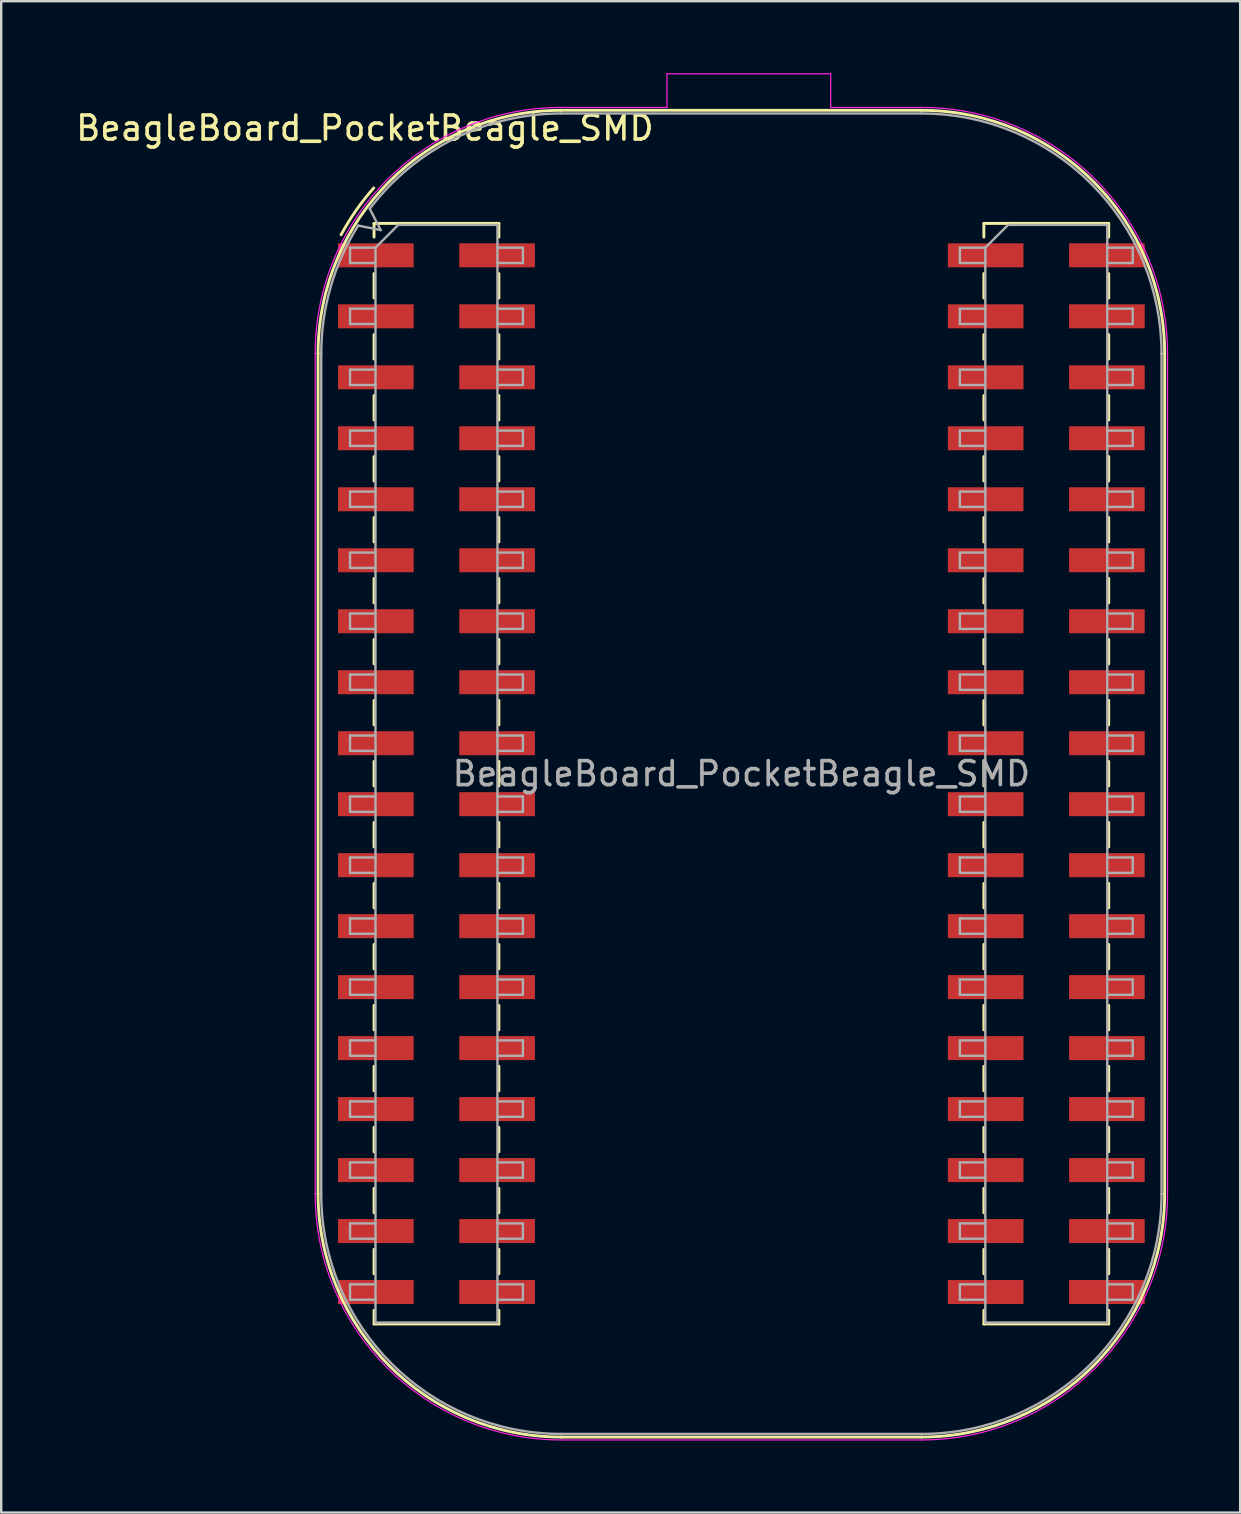
<source format=kicad_pcb>
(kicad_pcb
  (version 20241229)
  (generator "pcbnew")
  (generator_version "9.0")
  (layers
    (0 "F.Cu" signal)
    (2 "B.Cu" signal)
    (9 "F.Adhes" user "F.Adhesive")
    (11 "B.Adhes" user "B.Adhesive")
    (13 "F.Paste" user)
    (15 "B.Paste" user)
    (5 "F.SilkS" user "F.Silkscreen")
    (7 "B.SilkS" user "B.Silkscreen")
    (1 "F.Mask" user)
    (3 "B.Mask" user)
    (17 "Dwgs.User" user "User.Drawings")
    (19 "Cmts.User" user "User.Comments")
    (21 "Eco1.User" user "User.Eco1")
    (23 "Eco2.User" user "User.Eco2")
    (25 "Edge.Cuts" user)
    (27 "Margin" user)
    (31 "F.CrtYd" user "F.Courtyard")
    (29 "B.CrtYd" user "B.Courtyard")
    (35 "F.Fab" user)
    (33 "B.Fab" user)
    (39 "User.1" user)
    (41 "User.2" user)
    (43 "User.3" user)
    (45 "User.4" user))
  (footprint "BeagleBoard_PocketBeagle_SMD"
    (layer "F.Cu")
    (at 13.859 7.585)
    (property "Reference" "BeagleBoard_PocketBeagle_SMD" (at -1.71 -5.3 180) (layer "F.SilkS") (effects (font (size 1 1) (thickness 0.15))))
    (attr through_hole)
    (fp_line (start -3.66 39.09) (end -3.66 4.09) (stroke (width 0.12) (type solid)) (layer "F.SilkS"))
    (fp_line (start -1.33 -1.33) (end -1.33 -0.76) (stroke (width 0.12) (type solid)) (layer "F.SilkS"))
    (fp_line (start -1.33 -1.33) (end 3.87 -1.33) (stroke (width 0.12) (type solid)) (layer "F.SilkS"))
    (fp_line (start -1.33 0.76) (end -1.33 1.78) (stroke (width 0.12) (type solid)) (layer "F.SilkS"))
    (fp_line (start -1.33 3.3) (end -1.33 4.32) (stroke (width 0.12) (type solid)) (layer "F.SilkS"))
    (fp_line (start -1.33 5.84) (end -1.33 6.86) (stroke (width 0.12) (type solid)) (layer "F.SilkS"))
    (fp_line (start -1.33 8.38) (end -1.33 9.4) (stroke (width 0.12) (type solid)) (layer "F.SilkS"))
    (fp_line (start -1.33 10.92) (end -1.33 11.94) (stroke (width 0.12) (type solid)) (layer "F.SilkS"))
    (fp_line (start -1.33 13.46) (end -1.33 14.48) (stroke (width 0.12) (type solid)) (layer "F.SilkS"))
    (fp_line (start -1.33 16) (end -1.33 17.02) (stroke (width 0.12) (type solid)) (layer "F.SilkS"))
    (fp_line (start -1.33 18.54) (end -1.33 19.56) (stroke (width 0.12) (type solid)) (layer "F.SilkS"))
    (fp_line (start -1.33 21.08) (end -1.33 22.1) (stroke (width 0.12) (type solid)) (layer "F.SilkS"))
    (fp_line (start -1.33 23.62) (end -1.33 24.64) (stroke (width 0.12) (type solid)) (layer "F.SilkS"))
    (fp_line (start -1.33 26.16) (end -1.33 27.18) (stroke (width 0.12) (type solid)) (layer "F.SilkS"))
    (fp_line (start -1.33 28.7) (end -1.33 29.72) (stroke (width 0.12) (type solid)) (layer "F.SilkS"))
    (fp_line (start -1.33 31.24) (end -1.33 32.26) (stroke (width 0.12) (type solid)) (layer "F.SilkS"))
    (fp_line (start -1.33 33.78) (end -1.33 34.8) (stroke (width 0.12) (type solid)) (layer "F.SilkS"))
    (fp_line (start -1.33 36.32) (end -1.33 37.34) (stroke (width 0.12) (type solid)) (layer "F.SilkS"))
    (fp_line (start -1.33 38.86) (end -1.33 39.88) (stroke (width 0.12) (type solid)) (layer "F.SilkS"))
    (fp_line (start -1.33 41.4) (end -1.33 42.42) (stroke (width 0.12) (type solid)) (layer "F.SilkS"))
    (fp_line (start -1.33 43.94) (end -1.33 44.51) (stroke (width 0.12) (type solid)) (layer "F.SilkS"))
    (fp_line (start -1.33 44.51) (end 3.87 44.51) (stroke (width 0.12) (type solid)) (layer "F.SilkS"))
    (fp_line (start 3.87 -1.33) (end 3.87 -0.76) (stroke (width 0.12) (type solid)) (layer "F.SilkS"))
    (fp_line (start 3.87 0.76) (end 3.87 1.78) (stroke (width 0.12) (type solid)) (layer "F.SilkS"))
    (fp_line (start 3.87 3.3) (end 3.87 4.32) (stroke (width 0.12) (type solid)) (layer "F.SilkS"))
    (fp_line (start 3.87 5.84) (end 3.87 6.86) (stroke (width 0.12) (type solid)) (layer "F.SilkS"))
    (fp_line (start 3.87 8.38) (end 3.87 9.4) (stroke (width 0.12) (type solid)) (layer "F.SilkS"))
    (fp_line (start 3.87 10.92) (end 3.87 11.94) (stroke (width 0.12) (type solid)) (layer "F.SilkS"))
    (fp_line (start 3.87 13.46) (end 3.87 14.48) (stroke (width 0.12) (type solid)) (layer "F.SilkS"))
    (fp_line (start 3.87 16) (end 3.87 17.02) (stroke (width 0.12) (type solid)) (layer "F.SilkS"))
    (fp_line (start 3.87 18.54) (end 3.87 19.56) (stroke (width 0.12) (type solid)) (layer "F.SilkS"))
    (fp_line (start 3.87 21.08) (end 3.87 22.1) (stroke (width 0.12) (type solid)) (layer "F.SilkS"))
    (fp_line (start 3.87 23.62) (end 3.87 24.64) (stroke (width 0.12) (type solid)) (layer "F.SilkS"))
    (fp_line (start 3.87 26.16) (end 3.87 27.18) (stroke (width 0.12) (type solid)) (layer "F.SilkS"))
    (fp_line (start 3.87 28.7) (end 3.87 29.72) (stroke (width 0.12) (type solid)) (layer "F.SilkS"))
    (fp_line (start 3.87 31.24) (end 3.87 32.26) (stroke (width 0.12) (type solid)) (layer "F.SilkS"))
    (fp_line (start 3.87 33.78) (end 3.87 34.8) (stroke (width 0.12) (type solid)) (layer "F.SilkS"))
    (fp_line (start 3.87 36.32) (end 3.87 37.34) (stroke (width 0.12) (type solid)) (layer "F.SilkS"))
    (fp_line (start 3.87 38.86) (end 3.87 39.88) (stroke (width 0.12) (type solid)) (layer "F.SilkS"))
    (fp_line (start 3.87 41.4) (end 3.87 42.42) (stroke (width 0.12) (type solid)) (layer "F.SilkS"))
    (fp_line (start 3.87 43.94) (end 3.87 44.51) (stroke (width 0.12) (type solid)) (layer "F.SilkS"))
    (fp_line (start 6.47 -6.04) (end 21.47 -6.04) (stroke (width 0.12) (type solid)) (layer "F.SilkS"))
    (fp_line (start 6.47 49.22) (end 21.47 49.22) (stroke (width 0.12) (type solid)) (layer "F.SilkS"))
    (fp_line (start 24.07 -1.33) (end 24.07 -0.76) (stroke (width 0.12) (type solid)) (layer "F.SilkS"))
    (fp_line (start 24.07 -1.33) (end 29.27 -1.33) (stroke (width 0.12) (type solid)) (layer "F.SilkS"))
    (fp_line (start 24.07 0.76) (end 24.07 1.78) (stroke (width 0.12) (type solid)) (layer "F.SilkS"))
    (fp_line (start 24.07 3.3) (end 24.07 4.32) (stroke (width 0.12) (type solid)) (layer "F.SilkS"))
    (fp_line (start 24.07 5.84) (end 24.07 6.86) (stroke (width 0.12) (type solid)) (layer "F.SilkS"))
    (fp_line (start 24.07 8.38) (end 24.07 9.4) (stroke (width 0.12) (type solid)) (layer "F.SilkS"))
    (fp_line (start 24.07 10.92) (end 24.07 11.94) (stroke (width 0.12) (type solid)) (layer "F.SilkS"))
    (fp_line (start 24.07 13.46) (end 24.07 14.48) (stroke (width 0.12) (type solid)) (layer "F.SilkS"))
    (fp_line (start 24.07 16) (end 24.07 17.02) (stroke (width 0.12) (type solid)) (layer "F.SilkS"))
    (fp_line (start 24.07 18.54) (end 24.07 19.56) (stroke (width 0.12) (type solid)) (layer "F.SilkS"))
    (fp_line (start 24.07 21.08) (end 24.07 22.1) (stroke (width 0.12) (type solid)) (layer "F.SilkS"))
    (fp_line (start 24.07 23.62) (end 24.07 24.64) (stroke (width 0.12) (type solid)) (layer "F.SilkS"))
    (fp_line (start 24.07 26.16) (end 24.07 27.18) (stroke (width 0.12) (type solid)) (layer "F.SilkS"))
    (fp_line (start 24.07 28.7) (end 24.07 29.72) (stroke (width 0.12) (type solid)) (layer "F.SilkS"))
    (fp_line (start 24.07 31.24) (end 24.07 32.26) (stroke (width 0.12) (type solid)) (layer "F.SilkS"))
    (fp_line (start 24.07 33.78) (end 24.07 34.8) (stroke (width 0.12) (type solid)) (layer "F.SilkS"))
    (fp_line (start 24.07 36.32) (end 24.07 37.34) (stroke (width 0.12) (type solid)) (layer "F.SilkS"))
    (fp_line (start 24.07 38.86) (end 24.07 39.88) (stroke (width 0.12) (type solid)) (layer "F.SilkS"))
    (fp_line (start 24.07 41.4) (end 24.07 42.42) (stroke (width 0.12) (type solid)) (layer "F.SilkS"))
    (fp_line (start 24.07 43.94) (end 24.07 44.51) (stroke (width 0.12) (type solid)) (layer "F.SilkS"))
    (fp_line (start 24.07 44.51) (end 29.27 44.51) (stroke (width 0.12) (type solid)) (layer "F.SilkS"))
    (fp_line (start 29.27 -1.33) (end 29.27 -0.76) (stroke (width 0.12) (type solid)) (layer "F.SilkS"))
    (fp_line (start 29.27 0.76) (end 29.27 1.78) (stroke (width 0.12) (type solid)) (layer "F.SilkS"))
    (fp_line (start 29.27 3.3) (end 29.27 4.32) (stroke (width 0.12) (type solid)) (layer "F.SilkS"))
    (fp_line (start 29.27 5.84) (end 29.27 6.86) (stroke (width 0.12) (type solid)) (layer "F.SilkS"))
    (fp_line (start 29.27 8.38) (end 29.27 9.4) (stroke (width 0.12) (type solid)) (layer "F.SilkS"))
    (fp_line (start 29.27 10.92) (end 29.27 11.94) (stroke (width 0.12) (type solid)) (layer "F.SilkS"))
    (fp_line (start 29.27 13.46) (end 29.27 14.48) (stroke (width 0.12) (type solid)) (layer "F.SilkS"))
    (fp_line (start 29.27 16) (end 29.27 17.02) (stroke (width 0.12) (type solid)) (layer "F.SilkS"))
    (fp_line (start 29.27 18.54) (end 29.27 19.56) (stroke (width 0.12) (type solid)) (layer "F.SilkS"))
    (fp_line (start 29.27 21.08) (end 29.27 22.1) (stroke (width 0.12) (type solid)) (layer "F.SilkS"))
    (fp_line (start 29.27 23.62) (end 29.27 24.64) (stroke (width 0.12) (type solid)) (layer "F.SilkS"))
    (fp_line (start 29.27 26.16) (end 29.27 27.18) (stroke (width 0.12) (type solid)) (layer "F.SilkS"))
    (fp_line (start 29.27 28.7) (end 29.27 29.72) (stroke (width 0.12) (type solid)) (layer "F.SilkS"))
    (fp_line (start 29.27 31.24) (end 29.27 32.26) (stroke (width 0.12) (type solid)) (layer "F.SilkS"))
    (fp_line (start 29.27 33.78) (end 29.27 34.8) (stroke (width 0.12) (type solid)) (layer "F.SilkS"))
    (fp_line (start 29.27 36.32) (end 29.27 37.34) (stroke (width 0.12) (type solid)) (layer "F.SilkS"))
    (fp_line (start 29.27 38.86) (end 29.27 39.88) (stroke (width 0.12) (type solid)) (layer "F.SilkS"))
    (fp_line (start 29.27 41.4) (end 29.27 42.42) (stroke (width 0.12) (type solid)) (layer "F.SilkS"))
    (fp_line (start 29.27 43.94) (end 29.27 44.51) (stroke (width 0.12) (type solid)) (layer "F.SilkS"))
    (fp_line (start 31.6 4.09) (end 31.6 39.09) (stroke (width 0.12) (type solid)) (layer "F.SilkS"))
    (fp_arc (start -3.66 4.09) (mid -0.692992 -3.072992) (end 6.47 -6.04) (stroke (width 0.12) (type solid)) (layer "F.SilkS"))
    (fp_arc (start -2.702916 -0.856081) (mid -2.077474 -1.872113) (end -1.34 -2.81) (stroke (width 0.12) (type solid)) (layer "F.SilkS"))
    (fp_arc (start 6.47 49.22) (mid -0.692992 46.252992) (end -3.66 39.09) (stroke (width 0.12) (type solid)) (layer "F.SilkS"))
    (fp_arc (start 21.47 -6.04) (mid 28.632992 -3.072992) (end 31.6 4.09) (stroke (width 0.12) (type solid)) (layer "F.SilkS"))
    (fp_arc (start 31.6 39.09) (mid 28.632992 46.252992) (end 21.47 49.22) (stroke (width 0.12) (type solid)) (layer "F.SilkS"))
    (fp_line (start -3.78 4.09) (end -3.78 39.09) (stroke (width 0.05) (type solid)) (layer "F.CrtYd"))
    (fp_line (start 6.47 49.34) (end 21.47 49.34) (stroke (width 0.05) (type solid)) (layer "F.CrtYd"))
    (fp_line (start 10.87 -7.56) (end 17.69 -7.56) (stroke (width 0.05) (type solid)) (layer "F.CrtYd"))
    (fp_line (start 10.87 -6.16) (end 6.47 -6.16) (stroke (width 0.05) (type solid)) (layer "F.CrtYd"))
    (fp_line (start 10.87 -6.16) (end 10.87 -7.56) (stroke (width 0.05) (type solid)) (layer "F.CrtYd"))
    (fp_line (start 17.69 -6.16) (end 17.69 -7.56) (stroke (width 0.05) (type solid)) (layer "F.CrtYd"))
    (fp_line (start 21.47 -6.16) (end 17.69 -6.16) (stroke (width 0.05) (type solid)) (layer "F.CrtYd"))
    (fp_line (start 31.72 4.09) (end 31.72 39.09) (stroke (width 0.05) (type solid)) (layer "F.CrtYd"))
    (fp_arc (start -3.78 4.09) (mid -0.777845 -3.157845) (end 6.47 -6.16) (stroke (width 0.05) (type solid)) (layer "F.CrtYd"))
    (fp_arc (start 6.47 49.34) (mid -0.777845 46.337845) (end -3.78 39.09) (stroke (width 0.05) (type solid)) (layer "F.CrtYd"))
    (fp_arc (start 21.47 -6.16) (mid 28.717845 -3.157845) (end 31.72 4.09) (stroke (width 0.05) (type solid)) (layer "F.CrtYd"))
    (fp_arc (start 31.72 39.09) (mid 28.717845 46.337845) (end 21.47 49.34) (stroke (width 0.05) (type solid)) (layer "F.CrtYd"))
    (fp_line (start -3.53 4.09) (end -3.53 39.09) (stroke (width 0.1) (type solid)) (layer "F.Fab"))
    (fp_line (start -2.33 -0.32) (end -2.33 0.32) (stroke (width 0.1) (type solid)) (layer "F.Fab"))
    (fp_line (start -2.33 0.32) (end -1.27 0.32) (stroke (width 0.1) (type solid)) (layer "F.Fab"))
    (fp_line (start -2.33 2.22) (end -2.33 2.86) (stroke (width 0.1) (type solid)) (layer "F.Fab"))
    (fp_line (start -2.33 2.86) (end -1.27 2.86) (stroke (width 0.1) (type solid)) (layer "F.Fab"))
    (fp_line (start -2.33 4.76) (end -2.33 5.4) (stroke (width 0.1) (type solid)) (layer "F.Fab"))
    (fp_line (start -2.33 5.4) (end -1.27 5.4) (stroke (width 0.1) (type solid)) (layer "F.Fab"))
    (fp_line (start -2.33 7.3) (end -2.33 7.94) (stroke (width 0.1) (type solid)) (layer "F.Fab"))
    (fp_line (start -2.33 7.94) (end -1.27 7.94) (stroke (width 0.1) (type solid)) (layer "F.Fab"))
    (fp_line (start -2.33 9.84) (end -2.33 10.48) (stroke (width 0.1) (type solid)) (layer "F.Fab"))
    (fp_line (start -2.33 10.48) (end -1.27 10.48) (stroke (width 0.1) (type solid)) (layer "F.Fab"))
    (fp_line (start -2.33 12.38) (end -2.33 13.02) (stroke (width 0.1) (type solid)) (layer "F.Fab"))
    (fp_line (start -2.33 13.02) (end -1.27 13.02) (stroke (width 0.1) (type solid)) (layer "F.Fab"))
    (fp_line (start -2.33 14.92) (end -2.33 15.56) (stroke (width 0.1) (type solid)) (layer "F.Fab"))
    (fp_line (start -2.33 15.56) (end -1.27 15.56) (stroke (width 0.1) (type solid)) (layer "F.Fab"))
    (fp_line (start -2.33 17.46) (end -2.33 18.1) (stroke (width 0.1) (type solid)) (layer "F.Fab"))
    (fp_line (start -2.33 18.1) (end -1.27 18.1) (stroke (width 0.1) (type solid)) (layer "F.Fab"))
    (fp_line (start -2.33 20) (end -2.33 20.64) (stroke (width 0.1) (type solid)) (layer "F.Fab"))
    (fp_line (start -2.33 20.64) (end -1.27 20.64) (stroke (width 0.1) (type solid)) (layer "F.Fab"))
    (fp_line (start -2.33 22.54) (end -2.33 23.18) (stroke (width 0.1) (type solid)) (layer "F.Fab"))
    (fp_line (start -2.33 23.18) (end -1.27 23.18) (stroke (width 0.1) (type solid)) (layer "F.Fab"))
    (fp_line (start -2.33 25.08) (end -2.33 25.72) (stroke (width 0.1) (type solid)) (layer "F.Fab"))
    (fp_line (start -2.33 25.72) (end -1.27 25.72) (stroke (width 0.1) (type solid)) (layer "F.Fab"))
    (fp_line (start -2.33 27.62) (end -2.33 28.26) (stroke (width 0.1) (type solid)) (layer "F.Fab"))
    (fp_line (start -2.33 28.26) (end -1.27 28.26) (stroke (width 0.1) (type solid)) (layer "F.Fab"))
    (fp_line (start -2.33 30.16) (end -2.33 30.8) (stroke (width 0.1) (type solid)) (layer "F.Fab"))
    (fp_line (start -2.33 30.8) (end -1.27 30.8) (stroke (width 0.1) (type solid)) (layer "F.Fab"))
    (fp_line (start -2.33 32.7) (end -2.33 33.34) (stroke (width 0.1) (type solid)) (layer "F.Fab"))
    (fp_line (start -2.33 33.34) (end -1.27 33.34) (stroke (width 0.1) (type solid)) (layer "F.Fab"))
    (fp_line (start -2.33 35.24) (end -2.33 35.88) (stroke (width 0.1) (type solid)) (layer "F.Fab"))
    (fp_line (start -2.33 35.88) (end -1.27 35.88) (stroke (width 0.1) (type solid)) (layer "F.Fab"))
    (fp_line (start -2.33 37.78) (end -2.33 38.42) (stroke (width 0.1) (type solid)) (layer "F.Fab"))
    (fp_line (start -2.33 38.42) (end -1.27 38.42) (stroke (width 0.1) (type solid)) (layer "F.Fab"))
    (fp_line (start -2.33 40.32) (end -2.33 40.96) (stroke (width 0.1) (type solid)) (layer "F.Fab"))
    (fp_line (start -2.33 40.96) (end -1.27 40.96) (stroke (width 0.1) (type solid)) (layer "F.Fab"))
    (fp_line (start -2.33 42.86) (end -2.33 43.5) (stroke (width 0.1) (type solid)) (layer "F.Fab"))
    (fp_line (start -2.33 43.5) (end -1.27 43.5) (stroke (width 0.1) (type solid)) (layer "F.Fab"))
    (fp_line (start -1.51 -1.94) (end -1.05 -1.05) (stroke (width 0.1) (type solid)) (layer "F.Fab"))
    (fp_line (start -1.27 -0.32) (end -2.33 -0.32) (stroke (width 0.1) (type solid)) (layer "F.Fab"))
    (fp_line (start -1.27 -0.32) (end -0.32 -1.27) (stroke (width 0.1) (type solid)) (layer "F.Fab"))
    (fp_line (start -1.27 2.22) (end -2.33 2.22) (stroke (width 0.1) (type solid)) (layer "F.Fab"))
    (fp_line (start -1.27 4.76) (end -2.33 4.76) (stroke (width 0.1) (type solid)) (layer "F.Fab"))
    (fp_line (start -1.27 7.3) (end -2.33 7.3) (stroke (width 0.1) (type solid)) (layer "F.Fab"))
    (fp_line (start -1.27 9.84) (end -2.33 9.84) (stroke (width 0.1) (type solid)) (layer "F.Fab"))
    (fp_line (start -1.27 12.38) (end -2.33 12.38) (stroke (width 0.1) (type solid)) (layer "F.Fab"))
    (fp_line (start -1.27 14.92) (end -2.33 14.92) (stroke (width 0.1) (type solid)) (layer "F.Fab"))
    (fp_line (start -1.27 17.46) (end -2.33 17.46) (stroke (width 0.1) (type solid)) (layer "F.Fab"))
    (fp_line (start -1.27 20) (end -2.33 20) (stroke (width 0.1) (type solid)) (layer "F.Fab"))
    (fp_line (start -1.27 22.54) (end -2.33 22.54) (stroke (width 0.1) (type solid)) (layer "F.Fab"))
    (fp_line (start -1.27 25.08) (end -2.33 25.08) (stroke (width 0.1) (type solid)) (layer "F.Fab"))
    (fp_line (start -1.27 27.62) (end -2.33 27.62) (stroke (width 0.1) (type solid)) (layer "F.Fab"))
    (fp_line (start -1.27 30.16) (end -2.33 30.16) (stroke (width 0.1) (type solid)) (layer "F.Fab"))
    (fp_line (start -1.27 32.7) (end -2.33 32.7) (stroke (width 0.1) (type solid)) (layer "F.Fab"))
    (fp_line (start -1.27 35.24) (end -2.33 35.24) (stroke (width 0.1) (type solid)) (layer "F.Fab"))
    (fp_line (start -1.27 37.78) (end -2.33 37.78) (stroke (width 0.1) (type solid)) (layer "F.Fab"))
    (fp_line (start -1.27 40.32) (end -2.33 40.32) (stroke (width 0.1) (type solid)) (layer "F.Fab"))
    (fp_line (start -1.27 42.86) (end -2.33 42.86) (stroke (width 0.1) (type solid)) (layer "F.Fab"))
    (fp_line (start -1.27 44.45) (end -1.27 -0.32) (stroke (width 0.1) (type solid)) (layer "F.Fab"))
    (fp_line (start -1.05 -1.05) (end -1.99 -1.24) (stroke (width 0.1) (type solid)) (layer "F.Fab"))
    (fp_line (start -0.32 -1.27) (end 3.81 -1.27) (stroke (width 0.1) (type solid)) (layer "F.Fab"))
    (fp_line (start 3.81 -1.27) (end 3.81 44.45) (stroke (width 0.1) (type solid)) (layer "F.Fab"))
    (fp_line (start 3.81 -0.32) (end 4.87 -0.32) (stroke (width 0.1) (type solid)) (layer "F.Fab"))
    (fp_line (start 3.81 2.22) (end 4.87 2.22) (stroke (width 0.1) (type solid)) (layer "F.Fab"))
    (fp_line (start 3.81 4.76) (end 4.87 4.76) (stroke (width 0.1) (type solid)) (layer "F.Fab"))
    (fp_line (start 3.81 7.3) (end 4.87 7.3) (stroke (width 0.1) (type solid)) (layer "F.Fab"))
    (fp_line (start 3.81 9.84) (end 4.87 9.84) (stroke (width 0.1) (type solid)) (layer "F.Fab"))
    (fp_line (start 3.81 12.38) (end 4.87 12.38) (stroke (width 0.1) (type solid)) (layer "F.Fab"))
    (fp_line (start 3.81 14.92) (end 4.87 14.92) (stroke (width 0.1) (type solid)) (layer "F.Fab"))
    (fp_line (start 3.81 17.46) (end 4.87 17.46) (stroke (width 0.1) (type solid)) (layer "F.Fab"))
    (fp_line (start 3.81 20) (end 4.87 20) (stroke (width 0.1) (type solid)) (layer "F.Fab"))
    (fp_line (start 3.81 22.54) (end 4.87 22.54) (stroke (width 0.1) (type solid)) (layer "F.Fab"))
    (fp_line (start 3.81 25.08) (end 4.87 25.08) (stroke (width 0.1) (type solid)) (layer "F.Fab"))
    (fp_line (start 3.81 27.62) (end 4.87 27.62) (stroke (width 0.1) (type solid)) (layer "F.Fab"))
    (fp_line (start 3.81 30.16) (end 4.87 30.16) (stroke (width 0.1) (type solid)) (layer "F.Fab"))
    (fp_line (start 3.81 32.7) (end 4.87 32.7) (stroke (width 0.1) (type solid)) (layer "F.Fab"))
    (fp_line (start 3.81 35.24) (end 4.87 35.24) (stroke (width 0.1) (type solid)) (layer "F.Fab"))
    (fp_line (start 3.81 37.78) (end 4.87 37.78) (stroke (width 0.1) (type solid)) (layer "F.Fab"))
    (fp_line (start 3.81 40.32) (end 4.87 40.32) (stroke (width 0.1) (type solid)) (layer "F.Fab"))
    (fp_line (start 3.81 42.86) (end 4.87 42.86) (stroke (width 0.1) (type solid)) (layer "F.Fab"))
    (fp_line (start 3.81 44.45) (end -1.27 44.45) (stroke (width 0.1) (type solid)) (layer "F.Fab"))
    (fp_line (start 4.87 -0.32) (end 4.87 0.32) (stroke (width 0.1) (type solid)) (layer "F.Fab"))
    (fp_line (start 4.87 0.32) (end 3.81 0.32) (stroke (width 0.1) (type solid)) (layer "F.Fab"))
    (fp_line (start 4.87 2.22) (end 4.87 2.86) (stroke (width 0.1) (type solid)) (layer "F.Fab"))
    (fp_line (start 4.87 2.86) (end 3.81 2.86) (stroke (width 0.1) (type solid)) (layer "F.Fab"))
    (fp_line (start 4.87 4.76) (end 4.87 5.4) (stroke (width 0.1) (type solid)) (layer "F.Fab"))
    (fp_line (start 4.87 5.4) (end 3.81 5.4) (stroke (width 0.1) (type solid)) (layer "F.Fab"))
    (fp_line (start 4.87 7.3) (end 4.87 7.94) (stroke (width 0.1) (type solid)) (layer "F.Fab"))
    (fp_line (start 4.87 7.94) (end 3.81 7.94) (stroke (width 0.1) (type solid)) (layer "F.Fab"))
    (fp_line (start 4.87 9.84) (end 4.87 10.48) (stroke (width 0.1) (type solid)) (layer "F.Fab"))
    (fp_line (start 4.87 10.48) (end 3.81 10.48) (stroke (width 0.1) (type solid)) (layer "F.Fab"))
    (fp_line (start 4.87 12.38) (end 4.87 13.02) (stroke (width 0.1) (type solid)) (layer "F.Fab"))
    (fp_line (start 4.87 13.02) (end 3.81 13.02) (stroke (width 0.1) (type solid)) (layer "F.Fab"))
    (fp_line (start 4.87 14.92) (end 4.87 15.56) (stroke (width 0.1) (type solid)) (layer "F.Fab"))
    (fp_line (start 4.87 15.56) (end 3.81 15.56) (stroke (width 0.1) (type solid)) (layer "F.Fab"))
    (fp_line (start 4.87 17.46) (end 4.87 18.1) (stroke (width 0.1) (type solid)) (layer "F.Fab"))
    (fp_line (start 4.87 18.1) (end 3.81 18.1) (stroke (width 0.1) (type solid)) (layer "F.Fab"))
    (fp_line (start 4.87 20) (end 4.87 20.64) (stroke (width 0.1) (type solid)) (layer "F.Fab"))
    (fp_line (start 4.87 20.64) (end 3.81 20.64) (stroke (width 0.1) (type solid)) (layer "F.Fab"))
    (fp_line (start 4.87 22.54) (end 4.87 23.18) (stroke (width 0.1) (type solid)) (layer "F.Fab"))
    (fp_line (start 4.87 23.18) (end 3.81 23.18) (stroke (width 0.1) (type solid)) (layer "F.Fab"))
    (fp_line (start 4.87 25.08) (end 4.87 25.72) (stroke (width 0.1) (type solid)) (layer "F.Fab"))
    (fp_line (start 4.87 25.72) (end 3.81 25.72) (stroke (width 0.1) (type solid)) (layer "F.Fab"))
    (fp_line (start 4.87 27.62) (end 4.87 28.26) (stroke (width 0.1) (type solid)) (layer "F.Fab"))
    (fp_line (start 4.87 28.26) (end 3.81 28.26) (stroke (width 0.1) (type solid)) (layer "F.Fab"))
    (fp_line (start 4.87 30.16) (end 4.87 30.8) (stroke (width 0.1) (type solid)) (layer "F.Fab"))
    (fp_line (start 4.87 30.8) (end 3.81 30.8) (stroke (width 0.1) (type solid)) (layer "F.Fab"))
    (fp_line (start 4.87 32.7) (end 4.87 33.34) (stroke (width 0.1) (type solid)) (layer "F.Fab"))
    (fp_line (start 4.87 33.34) (end 3.81 33.34) (stroke (width 0.1) (type solid)) (layer "F.Fab"))
    (fp_line (start 4.87 35.24) (end 4.87 35.88) (stroke (width 0.1) (type solid)) (layer "F.Fab"))
    (fp_line (start 4.87 35.88) (end 3.81 35.88) (stroke (width 0.1) (type solid)) (layer "F.Fab"))
    (fp_line (start 4.87 37.78) (end 4.87 38.42) (stroke (width 0.1) (type solid)) (layer "F.Fab"))
    (fp_line (start 4.87 38.42) (end 3.81 38.42) (stroke (width 0.1) (type solid)) (layer "F.Fab"))
    (fp_line (start 4.87 40.32) (end 4.87 40.96) (stroke (width 0.1) (type solid)) (layer "F.Fab"))
    (fp_line (start 4.87 40.96) (end 3.81 40.96) (stroke (width 0.1) (type solid)) (layer "F.Fab"))
    (fp_line (start 4.87 42.86) (end 4.87 43.5) (stroke (width 0.1) (type solid)) (layer "F.Fab"))
    (fp_line (start 4.87 43.5) (end 3.81 43.5) (stroke (width 0.1) (type solid)) (layer "F.Fab"))
    (fp_line (start 6.47 -5.91) (end 21.47 -5.91) (stroke (width 0.1) (type solid)) (layer "F.Fab"))
    (fp_line (start 6.47 49.09) (end 21.47 49.09) (stroke (width 0.1) (type solid)) (layer "F.Fab"))
    (fp_line (start 23.07 -0.32) (end 23.07 0.32) (stroke (width 0.1) (type solid)) (layer "F.Fab"))
    (fp_line (start 23.07 0.32) (end 24.13 0.32) (stroke (width 0.1) (type solid)) (layer "F.Fab"))
    (fp_line (start 23.07 2.22) (end 23.07 2.86) (stroke (width 0.1) (type solid)) (layer "F.Fab"))
    (fp_line (start 23.07 2.86) (end 24.13 2.86) (stroke (width 0.1) (type solid)) (layer "F.Fab"))
    (fp_line (start 23.07 4.76) (end 23.07 5.4) (stroke (width 0.1) (type solid)) (layer "F.Fab"))
    (fp_line (start 23.07 5.4) (end 24.13 5.4) (stroke (width 0.1) (type solid)) (layer "F.Fab"))
    (fp_line (start 23.07 7.3) (end 23.07 7.94) (stroke (width 0.1) (type solid)) (layer "F.Fab"))
    (fp_line (start 23.07 7.94) (end 24.13 7.94) (stroke (width 0.1) (type solid)) (layer "F.Fab"))
    (fp_line (start 23.07 9.84) (end 23.07 10.48) (stroke (width 0.1) (type solid)) (layer "F.Fab"))
    (fp_line (start 23.07 10.48) (end 24.13 10.48) (stroke (width 0.1) (type solid)) (layer "F.Fab"))
    (fp_line (start 23.07 12.38) (end 23.07 13.02) (stroke (width 0.1) (type solid)) (layer "F.Fab"))
    (fp_line (start 23.07 13.02) (end 24.13 13.02) (stroke (width 0.1) (type solid)) (layer "F.Fab"))
    (fp_line (start 23.07 14.92) (end 23.07 15.56) (stroke (width 0.1) (type solid)) (layer "F.Fab"))
    (fp_line (start 23.07 15.56) (end 24.13 15.56) (stroke (width 0.1) (type solid)) (layer "F.Fab"))
    (fp_line (start 23.07 17.46) (end 23.07 18.1) (stroke (width 0.1) (type solid)) (layer "F.Fab"))
    (fp_line (start 23.07 18.1) (end 24.13 18.1) (stroke (width 0.1) (type solid)) (layer "F.Fab"))
    (fp_line (start 23.07 20) (end 23.07 20.64) (stroke (width 0.1) (type solid)) (layer "F.Fab"))
    (fp_line (start 23.07 20.64) (end 24.13 20.64) (stroke (width 0.1) (type solid)) (layer "F.Fab"))
    (fp_line (start 23.07 22.54) (end 23.07 23.18) (stroke (width 0.1) (type solid)) (layer "F.Fab"))
    (fp_line (start 23.07 23.18) (end 24.13 23.18) (stroke (width 0.1) (type solid)) (layer "F.Fab"))
    (fp_line (start 23.07 25.08) (end 23.07 25.72) (stroke (width 0.1) (type solid)) (layer "F.Fab"))
    (fp_line (start 23.07 25.72) (end 24.13 25.72) (stroke (width 0.1) (type solid)) (layer "F.Fab"))
    (fp_line (start 23.07 27.62) (end 23.07 28.26) (stroke (width 0.1) (type solid)) (layer "F.Fab"))
    (fp_line (start 23.07 28.26) (end 24.13 28.26) (stroke (width 0.1) (type solid)) (layer "F.Fab"))
    (fp_line (start 23.07 30.16) (end 23.07 30.8) (stroke (width 0.1) (type solid)) (layer "F.Fab"))
    (fp_line (start 23.07 30.8) (end 24.13 30.8) (stroke (width 0.1) (type solid)) (layer "F.Fab"))
    (fp_line (start 23.07 32.7) (end 23.07 33.34) (stroke (width 0.1) (type solid)) (layer "F.Fab"))
    (fp_line (start 23.07 33.34) (end 24.13 33.34) (stroke (width 0.1) (type solid)) (layer "F.Fab"))
    (fp_line (start 23.07 35.24) (end 23.07 35.88) (stroke (width 0.1) (type solid)) (layer "F.Fab"))
    (fp_line (start 23.07 35.88) (end 24.13 35.88) (stroke (width 0.1) (type solid)) (layer "F.Fab"))
    (fp_line (start 23.07 37.78) (end 23.07 38.42) (stroke (width 0.1) (type solid)) (layer "F.Fab"))
    (fp_line (start 23.07 38.42) (end 24.13 38.42) (stroke (width 0.1) (type solid)) (layer "F.Fab"))
    (fp_line (start 23.07 40.32) (end 23.07 40.96) (stroke (width 0.1) (type solid)) (layer "F.Fab"))
    (fp_line (start 23.07 40.96) (end 24.13 40.96) (stroke (width 0.1) (type solid)) (layer "F.Fab"))
    (fp_line (start 23.07 42.86) (end 23.07 43.5) (stroke (width 0.1) (type solid)) (layer "F.Fab"))
    (fp_line (start 23.07 43.5) (end 24.13 43.5) (stroke (width 0.1) (type solid)) (layer "F.Fab"))
    (fp_line (start 24.13 -0.32) (end 23.07 -0.32) (stroke (width 0.1) (type solid)) (layer "F.Fab"))
    (fp_line (start 24.13 -0.32) (end 25.08 -1.27) (stroke (width 0.1) (type solid)) (layer "F.Fab"))
    (fp_line (start 24.13 2.22) (end 23.07 2.22) (stroke (width 0.1) (type solid)) (layer "F.Fab"))
    (fp_line (start 24.13 4.76) (end 23.07 4.76) (stroke (width 0.1) (type solid)) (layer "F.Fab"))
    (fp_line (start 24.13 7.3) (end 23.07 7.3) (stroke (width 0.1) (type solid)) (layer "F.Fab"))
    (fp_line (start 24.13 9.84) (end 23.07 9.84) (stroke (width 0.1) (type solid)) (layer "F.Fab"))
    (fp_line (start 24.13 12.38) (end 23.07 12.38) (stroke (width 0.1) (type solid)) (layer "F.Fab"))
    (fp_line (start 24.13 14.92) (end 23.07 14.92) (stroke (width 0.1) (type solid)) (layer "F.Fab"))
    (fp_line (start 24.13 17.46) (end 23.07 17.46) (stroke (width 0.1) (type solid)) (layer "F.Fab"))
    (fp_line (start 24.13 20) (end 23.07 20) (stroke (width 0.1) (type solid)) (layer "F.Fab"))
    (fp_line (start 24.13 22.54) (end 23.07 22.54) (stroke (width 0.1) (type solid)) (layer "F.Fab"))
    (fp_line (start 24.13 25.08) (end 23.07 25.08) (stroke (width 0.1) (type solid)) (layer "F.Fab"))
    (fp_line (start 24.13 27.62) (end 23.07 27.62) (stroke (width 0.1) (type solid)) (layer "F.Fab"))
    (fp_line (start 24.13 30.16) (end 23.07 30.16) (stroke (width 0.1) (type solid)) (layer "F.Fab"))
    (fp_line (start 24.13 32.7) (end 23.07 32.7) (stroke (width 0.1) (type solid)) (layer "F.Fab"))
    (fp_line (start 24.13 35.24) (end 23.07 35.24) (stroke (width 0.1) (type solid)) (layer "F.Fab"))
    (fp_line (start 24.13 37.78) (end 23.07 37.78) (stroke (width 0.1) (type solid)) (layer "F.Fab"))
    (fp_line (start 24.13 40.32) (end 23.07 40.32) (stroke (width 0.1) (type solid)) (layer "F.Fab"))
    (fp_line (start 24.13 42.86) (end 23.07 42.86) (stroke (width 0.1) (type solid)) (layer "F.Fab"))
    (fp_line (start 24.13 44.45) (end 24.13 -0.32) (stroke (width 0.1) (type solid)) (layer "F.Fab"))
    (fp_line (start 25.08 -1.27) (end 29.21 -1.27) (stroke (width 0.1) (type solid)) (layer "F.Fab"))
    (fp_line (start 29.21 -1.27) (end 29.21 44.45) (stroke (width 0.1) (type solid)) (layer "F.Fab"))
    (fp_line (start 29.21 -0.32) (end 30.27 -0.32) (stroke (width 0.1) (type solid)) (layer "F.Fab"))
    (fp_line (start 29.21 2.22) (end 30.27 2.22) (stroke (width 0.1) (type solid)) (layer "F.Fab"))
    (fp_line (start 29.21 4.76) (end 30.27 4.76) (stroke (width 0.1) (type solid)) (layer "F.Fab"))
    (fp_line (start 29.21 7.3) (end 30.27 7.3) (stroke (width 0.1) (type solid)) (layer "F.Fab"))
    (fp_line (start 29.21 9.84) (end 30.27 9.84) (stroke (width 0.1) (type solid)) (layer "F.Fab"))
    (fp_line (start 29.21 12.38) (end 30.27 12.38) (stroke (width 0.1) (type solid)) (layer "F.Fab"))
    (fp_line (start 29.21 14.92) (end 30.27 14.92) (stroke (width 0.1) (type solid)) (layer "F.Fab"))
    (fp_line (start 29.21 17.46) (end 30.27 17.46) (stroke (width 0.1) (type solid)) (layer "F.Fab"))
    (fp_line (start 29.21 20) (end 30.27 20) (stroke (width 0.1) (type solid)) (layer "F.Fab"))
    (fp_line (start 29.21 22.54) (end 30.27 22.54) (stroke (width 0.1) (type solid)) (layer "F.Fab"))
    (fp_line (start 29.21 25.08) (end 30.27 25.08) (stroke (width 0.1) (type solid)) (layer "F.Fab"))
    (fp_line (start 29.21 27.62) (end 30.27 27.62) (stroke (width 0.1) (type solid)) (layer "F.Fab"))
    (fp_line (start 29.21 30.16) (end 30.27 30.16) (stroke (width 0.1) (type solid)) (layer "F.Fab"))
    (fp_line (start 29.21 32.7) (end 30.27 32.7) (stroke (width 0.1) (type solid)) (layer "F.Fab"))
    (fp_line (start 29.21 35.24) (end 30.27 35.24) (stroke (width 0.1) (type solid)) (layer "F.Fab"))
    (fp_line (start 29.21 37.78) (end 30.27 37.78) (stroke (width 0.1) (type solid)) (layer "F.Fab"))
    (fp_line (start 29.21 40.32) (end 30.27 40.32) (stroke (width 0.1) (type solid)) (layer "F.Fab"))
    (fp_line (start 29.21 42.86) (end 30.27 42.86) (stroke (width 0.1) (type solid)) (layer "F.Fab"))
    (fp_line (start 29.21 44.45) (end 24.13 44.45) (stroke (width 0.1) (type solid)) (layer "F.Fab"))
    (fp_line (start 30.27 -0.32) (end 30.27 0.32) (stroke (width 0.1) (type solid)) (layer "F.Fab"))
    (fp_line (start 30.27 0.32) (end 29.21 0.32) (stroke (width 0.1) (type solid)) (layer "F.Fab"))
    (fp_line (start 30.27 2.22) (end 30.27 2.86) (stroke (width 0.1) (type solid)) (layer "F.Fab"))
    (fp_line (start 30.27 2.86) (end 29.21 2.86) (stroke (width 0.1) (type solid)) (layer "F.Fab"))
    (fp_line (start 30.27 4.76) (end 30.27 5.4) (stroke (width 0.1) (type solid)) (layer "F.Fab"))
    (fp_line (start 30.27 5.4) (end 29.21 5.4) (stroke (width 0.1) (type solid)) (layer "F.Fab"))
    (fp_line (start 30.27 7.3) (end 30.27 7.94) (stroke (width 0.1) (type solid)) (layer "F.Fab"))
    (fp_line (start 30.27 7.94) (end 29.21 7.94) (stroke (width 0.1) (type solid)) (layer "F.Fab"))
    (fp_line (start 30.27 9.84) (end 30.27 10.48) (stroke (width 0.1) (type solid)) (layer "F.Fab"))
    (fp_line (start 30.27 10.48) (end 29.21 10.48) (stroke (width 0.1) (type solid)) (layer "F.Fab"))
    (fp_line (start 30.27 12.38) (end 30.27 13.02) (stroke (width 0.1) (type solid)) (layer "F.Fab"))
    (fp_line (start 30.27 13.02) (end 29.21 13.02) (stroke (width 0.1) (type solid)) (layer "F.Fab"))
    (fp_line (start 30.27 14.92) (end 30.27 15.56) (stroke (width 0.1) (type solid)) (layer "F.Fab"))
    (fp_line (start 30.27 15.56) (end 29.21 15.56) (stroke (width 0.1) (type solid)) (layer "F.Fab"))
    (fp_line (start 30.27 17.46) (end 30.27 18.1) (stroke (width 0.1) (type solid)) (layer "F.Fab"))
    (fp_line (start 30.27 18.1) (end 29.21 18.1) (stroke (width 0.1) (type solid)) (layer "F.Fab"))
    (fp_line (start 30.27 20) (end 30.27 20.64) (stroke (width 0.1) (type solid)) (layer "F.Fab"))
    (fp_line (start 30.27 20.64) (end 29.21 20.64) (stroke (width 0.1) (type solid)) (layer "F.Fab"))
    (fp_line (start 30.27 22.54) (end 30.27 23.18) (stroke (width 0.1) (type solid)) (layer "F.Fab"))
    (fp_line (start 30.27 23.18) (end 29.21 23.18) (stroke (width 0.1) (type solid)) (layer "F.Fab"))
    (fp_line (start 30.27 25.08) (end 30.27 25.72) (stroke (width 0.1) (type solid)) (layer "F.Fab"))
    (fp_line (start 30.27 25.72) (end 29.21 25.72) (stroke (width 0.1) (type solid)) (layer "F.Fab"))
    (fp_line (start 30.27 27.62) (end 30.27 28.26) (stroke (width 0.1) (type solid)) (layer "F.Fab"))
    (fp_line (start 30.27 28.26) (end 29.21 28.26) (stroke (width 0.1) (type solid)) (layer "F.Fab"))
    (fp_line (start 30.27 30.16) (end 30.27 30.8) (stroke (width 0.1) (type solid)) (layer "F.Fab"))
    (fp_line (start 30.27 30.8) (end 29.21 30.8) (stroke (width 0.1) (type solid)) (layer "F.Fab"))
    (fp_line (start 30.27 32.7) (end 30.27 33.34) (stroke (width 0.1) (type solid)) (layer "F.Fab"))
    (fp_line (start 30.27 33.34) (end 29.21 33.34) (stroke (width 0.1) (type solid)) (layer "F.Fab"))
    (fp_line (start 30.27 35.24) (end 30.27 35.88) (stroke (width 0.1) (type solid)) (layer "F.Fab"))
    (fp_line (start 30.27 35.88) (end 29.21 35.88) (stroke (width 0.1) (type solid)) (layer "F.Fab"))
    (fp_line (start 30.27 37.78) (end 30.27 38.42) (stroke (width 0.1) (type solid)) (layer "F.Fab"))
    (fp_line (start 30.27 38.42) (end 29.21 38.42) (stroke (width 0.1) (type solid)) (layer "F.Fab"))
    (fp_line (start 30.27 40.32) (end 30.27 40.96) (stroke (width 0.1) (type solid)) (layer "F.Fab"))
    (fp_line (start 30.27 40.96) (end 29.21 40.96) (stroke (width 0.1) (type solid)) (layer "F.Fab"))
    (fp_line (start 30.27 42.86) (end 30.27 43.5) (stroke (width 0.1) (type solid)) (layer "F.Fab"))
    (fp_line (start 30.27 43.5) (end 29.21 43.5) (stroke (width 0.1) (type solid)) (layer "F.Fab"))
    (fp_line (start 31.47 4.09) (end 31.47 39.09) (stroke (width 0.1) (type solid)) (layer "F.Fab"))
    (fp_arc (start -3.529025 4.09) (mid -3.136567 1.316126) (end -1.99 -1.24) (stroke (width 0.1) (type solid)) (layer "F.Fab"))
    (fp_arc (start -1.505888 -1.942016) (mid 2.015797 -4.863216) (end 6.47 -5.91) (stroke (width 0.1) (type solid)) (layer "F.Fab"))
    (fp_arc (start 6.47 49.09) (mid -0.601068 46.161068) (end -3.53 39.09) (stroke (width 0.1) (type solid)) (layer "F.Fab"))
    (fp_arc (start 21.472547 -5.91002) (mid 28.549049 -2.973106) (end 31.47 4.11) (stroke (width 0.1) (type solid)) (layer "F.Fab"))
    (fp_arc (start 31.47 39.09) (mid 28.541068 46.161068) (end 21.47 49.09) (stroke (width 0.1) (type solid)) (layer "F.Fab"))
    (fp_text user "${REFERENCE}" (at 13.97 21.59 180) (layer "F.Fab") (effects (font (size 1 1) (thickness 0.15))))
    (pad "1" smd rect (at -1.255 0) (size 3.15 1) (layers "F.Cu" "F.Mask" "F.Paste"))
    (pad "2" smd rect (at 3.795 0) (size 3.15 1) (layers "F.Cu" "F.Mask" "F.Paste"))
    (pad "3" smd rect (at -1.255 2.54) (size 3.15 1) (layers "F.Cu" "F.Mask" "F.Paste"))
    (pad "4" smd rect (at 3.795 2.54) (size 3.15 1) (layers "F.Cu" "F.Mask" "F.Paste"))
    (pad "5" smd rect (at -1.255 5.08) (size 3.15 1) (layers "F.Cu" "F.Mask" "F.Paste"))
    (pad "6" smd rect (at 3.795 5.08) (size 3.15 1) (layers "F.Cu" "F.Mask" "F.Paste"))
    (pad "7" smd rect (at -1.255 7.62) (size 3.15 1) (layers "F.Cu" "F.Mask" "F.Paste"))
    (pad "8" smd rect (at 3.795 7.62) (size 3.15 1) (layers "F.Cu" "F.Mask" "F.Paste"))
    (pad "9" smd rect (at -1.255 10.16) (size 3.15 1) (layers "F.Cu" "F.Mask" "F.Paste"))
    (pad "10" smd rect (at 3.795 10.16) (size 3.15 1) (layers "F.Cu" "F.Mask" "F.Paste"))
    (pad "11" smd rect (at -1.255 12.7) (size 3.15 1) (layers "F.Cu" "F.Mask" "F.Paste"))
    (pad "12" smd rect (at 3.795 12.7) (size 3.15 1) (layers "F.Cu" "F.Mask" "F.Paste"))
    (pad "13" smd rect (at -1.255 15.24) (size 3.15 1) (layers "F.Cu" "F.Mask" "F.Paste"))
    (pad "14" smd rect (at 3.795 15.24) (size 3.15 1) (layers "F.Cu" "F.Mask" "F.Paste"))
    (pad "15" smd rect (at -1.255 17.78) (size 3.15 1) (layers "F.Cu" "F.Mask" "F.Paste"))
    (pad "16" smd rect (at 3.795 17.78) (size 3.15 1) (layers "F.Cu" "F.Mask" "F.Paste"))
    (pad "17" smd rect (at -1.255 20.32) (size 3.15 1) (layers "F.Cu" "F.Mask" "F.Paste"))
    (pad "18" smd rect (at 3.795 20.32) (size 3.15 1) (layers "F.Cu" "F.Mask" "F.Paste"))
    (pad "19" smd rect (at -1.255 22.86) (size 3.15 1) (layers "F.Cu" "F.Mask" "F.Paste"))
    (pad "20" smd rect (at 3.795 22.86) (size 3.15 1) (layers "F.Cu" "F.Mask" "F.Paste"))
    (pad "21" smd rect (at -1.255 25.4) (size 3.15 1) (layers "F.Cu" "F.Mask" "F.Paste"))
    (pad "22" smd rect (at 3.795 25.4) (size 3.15 1) (layers "F.Cu" "F.Mask" "F.Paste"))
    (pad "23" smd rect (at -1.255 27.94) (size 3.15 1) (layers "F.Cu" "F.Mask" "F.Paste"))
    (pad "24" smd rect (at 3.795 27.94) (size 3.15 1) (layers "F.Cu" "F.Mask" "F.Paste"))
    (pad "25" smd rect (at -1.255 30.48) (size 3.15 1) (layers "F.Cu" "F.Mask" "F.Paste"))
    (pad "26" smd rect (at 3.795 30.48) (size 3.15 1) (layers "F.Cu" "F.Mask" "F.Paste"))
    (pad "27" smd rect (at -1.255 33.02) (size 3.15 1) (layers "F.Cu" "F.Mask" "F.Paste"))
    (pad "28" smd rect (at 3.795 33.02) (size 3.15 1) (layers "F.Cu" "F.Mask" "F.Paste"))
    (pad "29" smd rect (at -1.255 35.56) (size 3.15 1) (layers "F.Cu" "F.Mask" "F.Paste"))
    (pad "30" smd rect (at 3.795 35.56) (size 3.15 1) (layers "F.Cu" "F.Mask" "F.Paste"))
    (pad "31" smd rect (at -1.255 38.1) (size 3.15 1) (layers "F.Cu" "F.Mask" "F.Paste"))
    (pad "32" smd rect (at 3.795 38.1) (size 3.15 1) (layers "F.Cu" "F.Mask" "F.Paste"))
    (pad "33" smd rect (at -1.255 40.64) (size 3.15 1) (layers "F.Cu" "F.Mask" "F.Paste"))
    (pad "34" smd rect (at 3.795 40.64) (size 3.15 1) (layers "F.Cu" "F.Mask" "F.Paste"))
    (pad "35" smd rect (at -1.255 43.18) (size 3.15 1) (layers "F.Cu" "F.Mask" "F.Paste"))
    (pad "36" smd rect (at 3.795 43.18) (size 3.15 1) (layers "F.Cu" "F.Mask" "F.Paste"))
    (pad "37" smd rect (at 24.145 0) (size 3.15 1) (layers "F.Cu" "F.Mask" "F.Paste"))
    (pad "38" smd rect (at 29.195 0) (size 3.15 1) (layers "F.Cu" "F.Mask" "F.Paste"))
    (pad "39" smd rect (at 24.145 2.54) (size 3.15 1) (layers "F.Cu" "F.Mask" "F.Paste"))
    (pad "40" smd rect (at 29.195 2.54) (size 3.15 1) (layers "F.Cu" "F.Mask" "F.Paste"))
    (pad "41" smd rect (at 24.145 5.08) (size 3.15 1) (layers "F.Cu" "F.Mask" "F.Paste"))
    (pad "42" smd rect (at 29.195 5.08) (size 3.15 1) (layers "F.Cu" "F.Mask" "F.Paste"))
    (pad "43" smd rect (at 24.145 7.62) (size 3.15 1) (layers "F.Cu" "F.Mask" "F.Paste"))
    (pad "44" smd rect (at 29.195 7.62) (size 3.15 1) (layers "F.Cu" "F.Mask" "F.Paste"))
    (pad "45" smd rect (at 24.145 10.16) (size 3.15 1) (layers "F.Cu" "F.Mask" "F.Paste"))
    (pad "46" smd rect (at 29.195 10.16) (size 3.15 1) (layers "F.Cu" "F.Mask" "F.Paste"))
    (pad "47" smd rect (at 24.145 12.7) (size 3.15 1) (layers "F.Cu" "F.Mask" "F.Paste"))
    (pad "48" smd rect (at 29.195 12.7) (size 3.15 1) (layers "F.Cu" "F.Mask" "F.Paste"))
    (pad "49" smd rect (at 24.145 15.24) (size 3.15 1) (layers "F.Cu" "F.Mask" "F.Paste"))
    (pad "50" smd rect (at 29.195 15.24) (size 3.15 1) (layers "F.Cu" "F.Mask" "F.Paste"))
    (pad "51" smd rect (at 24.145 17.78) (size 3.15 1) (layers "F.Cu" "F.Mask" "F.Paste"))
    (pad "52" smd rect (at 29.195 17.78) (size 3.15 1) (layers "F.Cu" "F.Mask" "F.Paste"))
    (pad "53" smd rect (at 24.145 20.32) (size 3.15 1) (layers "F.Cu" "F.Mask" "F.Paste"))
    (pad "54" smd rect (at 29.195 20.32) (size 3.15 1) (layers "F.Cu" "F.Mask" "F.Paste"))
    (pad "55" smd rect (at 24.145 22.86) (size 3.15 1) (layers "F.Cu" "F.Mask" "F.Paste"))
    (pad "56" smd rect (at 29.195 22.86) (size 3.15 1) (layers "F.Cu" "F.Mask" "F.Paste"))
    (pad "57" smd rect (at 24.145 25.4) (size 3.15 1) (layers "F.Cu" "F.Mask" "F.Paste"))
    (pad "58" smd rect (at 29.195 25.4) (size 3.15 1) (layers "F.Cu" "F.Mask" "F.Paste"))
    (pad "59" smd rect (at 24.145 27.94) (size 3.15 1) (layers "F.Cu" "F.Mask" "F.Paste"))
    (pad "60" smd rect (at 29.195 27.94) (size 3.15 1) (layers "F.Cu" "F.Mask" "F.Paste"))
    (pad "61" smd rect (at 24.145 30.48) (size 3.15 1) (layers "F.Cu" "F.Mask" "F.Paste"))
    (pad "62" smd rect (at 29.195 30.48) (size 3.15 1) (layers "F.Cu" "F.Mask" "F.Paste"))
    (pad "63" smd rect (at 24.145 33.02) (size 3.15 1) (layers "F.Cu" "F.Mask" "F.Paste"))
    (pad "64" smd rect (at 29.195 33.02) (size 3.15 1) (layers "F.Cu" "F.Mask" "F.Paste"))
    (pad "65" smd rect (at 24.145 35.56) (size 3.15 1) (layers "F.Cu" "F.Mask" "F.Paste"))
    (pad "66" smd rect (at 29.195 35.56) (size 3.15 1) (layers "F.Cu" "F.Mask" "F.Paste"))
    (pad "67" smd rect (at 24.145 38.1) (size 3.15 1) (layers "F.Cu" "F.Mask" "F.Paste"))
    (pad "68" smd rect (at 29.195 38.1) (size 3.15 1) (layers "F.Cu" "F.Mask" "F.Paste"))
    (pad "69" smd rect (at 24.145 40.64) (size 3.15 1) (layers "F.Cu" "F.Mask" "F.Paste"))
    (pad "70" smd rect (at 29.195 40.64) (size 3.15 1) (layers "F.Cu" "F.Mask" "F.Paste"))
    (pad "71" smd rect (at 24.145 43.18) (size 3.15 1) (layers "F.Cu" "F.Mask" "F.Paste"))
    (pad "72" smd rect (at 29.195 43.18) (size 3.15 1) (layers "F.Cu" "F.Mask" "F.Paste")))
  (gr_rect
    (start -3 -3)
    (end 48.604 59.95)
    (stroke (width 0.1) (type default))
    (fill no)
    (layer "Edge.Cuts")))
</source>
